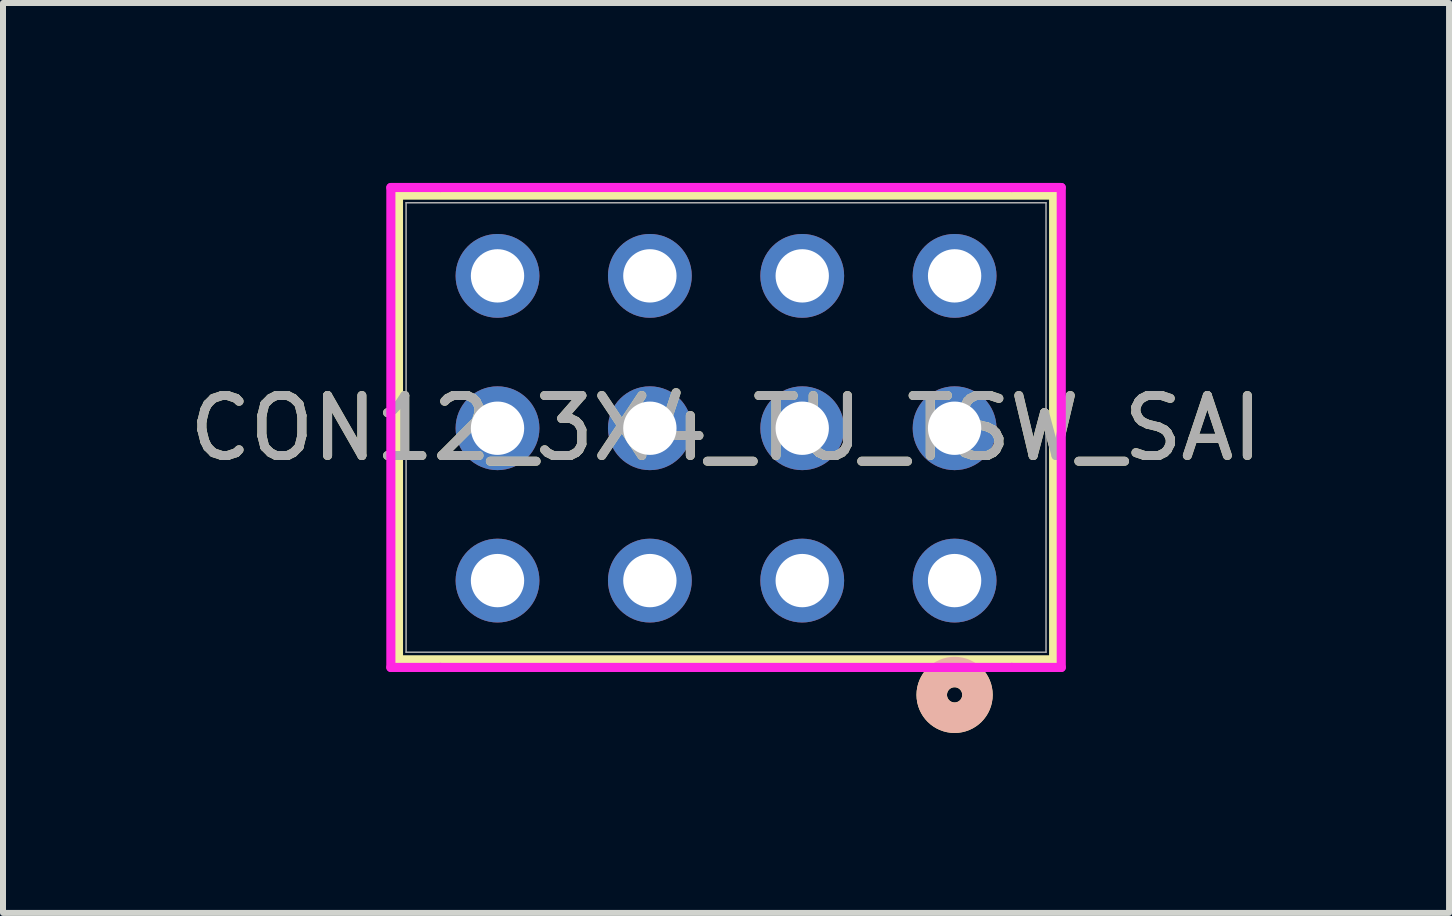
<source format=kicad_pcb>
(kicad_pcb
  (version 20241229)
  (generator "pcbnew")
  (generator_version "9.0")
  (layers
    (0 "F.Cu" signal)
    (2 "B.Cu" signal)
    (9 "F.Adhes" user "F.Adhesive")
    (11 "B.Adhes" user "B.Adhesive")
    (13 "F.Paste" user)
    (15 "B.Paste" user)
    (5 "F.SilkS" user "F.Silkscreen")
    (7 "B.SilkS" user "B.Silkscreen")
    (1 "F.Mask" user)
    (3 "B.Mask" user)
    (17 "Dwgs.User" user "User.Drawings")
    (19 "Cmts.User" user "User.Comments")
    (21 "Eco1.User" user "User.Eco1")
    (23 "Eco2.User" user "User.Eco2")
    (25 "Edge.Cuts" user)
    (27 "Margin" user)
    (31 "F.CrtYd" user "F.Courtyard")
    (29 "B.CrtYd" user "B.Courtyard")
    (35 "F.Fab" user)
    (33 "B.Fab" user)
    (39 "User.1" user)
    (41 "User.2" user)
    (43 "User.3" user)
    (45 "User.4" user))
  (footprint "CON12_3X4_TU_TSW_SAI"
    (layer "F.Cu")
    (at 9.054 4.089)
    (property "Reference" "CON12_3X4_TU_TSW_SAI" (at 0 0 0) (unlocked yes) (layer "F.SilkS") (effects (font (size 1 1) (thickness 0.15))))
    (attr through_hole)
    (fp_line (start -5.461 -3.886) (end -5.461 3.861) (stroke (width 0.152) (type solid)) (layer "F.SilkS"))
    (fp_line (start -5.461 3.861) (end 5.461 3.861) (stroke (width 0.152) (type solid)) (layer "F.SilkS"))
    (fp_line (start 5.461 -3.886) (end -5.461 -3.886) (stroke (width 0.152) (type solid)) (layer "F.SilkS"))
    (fp_line (start 5.461 3.861) (end 5.461 -3.886) (stroke (width 0.152) (type solid)) (layer "F.SilkS"))
    (fp_circle (center 3.81 4.445) (end 4.191 4.445) (stroke (width 0.508) (type solid)) (fill no) (layer "F.SilkS"))
    (fp_circle (center 3.81 4.445) (end 4.191 4.445) (stroke (width 0.508) (type solid)) (fill no) (layer "B.SilkS"))
    (fp_line (start -5.588 -4.013) (end -5.588 3.988) (stroke (width 0.152) (type solid)) (layer "F.CrtYd"))
    (fp_line (start -5.588 3.988) (end -4.763 3.988) (stroke (width 0.152) (type solid)) (layer "F.CrtYd"))
    (fp_line (start -4.763 -4.013) (end -5.588 -4.013) (stroke (width 0.152) (type solid)) (layer "F.CrtYd"))
    (fp_line (start -4.763 -4.013) (end -4.763 -4.013) (stroke (width 0.152) (type solid)) (layer "F.CrtYd"))
    (fp_line (start -4.763 3.988) (end -4.763 3.988) (stroke (width 0.152) (type solid)) (layer "F.CrtYd"))
    (fp_line (start -4.763 3.988) (end 4.763 3.988) (stroke (width 0.152) (type solid)) (layer "F.CrtYd"))
    (fp_line (start 4.763 -4.013) (end -4.763 -4.013) (stroke (width 0.152) (type solid)) (layer "F.CrtYd"))
    (fp_line (start 4.763 -4.013) (end 4.763 -4.013) (stroke (width 0.152) (type solid)) (layer "F.CrtYd"))
    (fp_line (start 4.763 3.988) (end 4.763 3.988) (stroke (width 0.152) (type solid)) (layer "F.CrtYd"))
    (fp_line (start 4.763 3.988) (end 5.588 3.988) (stroke (width 0.152) (type solid)) (layer "F.CrtYd"))
    (fp_line (start 5.588 -4.013) (end 4.763 -4.013) (stroke (width 0.152) (type solid)) (layer "F.CrtYd"))
    (fp_line (start 5.588 3.988) (end 5.588 -4.013) (stroke (width 0.152) (type solid)) (layer "F.CrtYd"))
    (fp_line (start -5.334 -3.759) (end -5.334 3.734) (stroke (width 0.025) (type solid)) (layer "F.Fab"))
    (fp_line (start -5.334 3.734) (end 5.334 3.734) (stroke (width 0.025) (type solid)) (layer "F.Fab"))
    (fp_line (start 5.334 -3.759) (end -5.334 -3.759) (stroke (width 0.025) (type solid)) (layer "F.Fab"))
    (fp_line (start 5.334 3.734) (end 5.334 -3.759) (stroke (width 0.025) (type solid)) (layer "F.Fab"))
    (fp_circle (center 3.81 2.54) (end 4.064 2.54) (stroke (width 0.025) (type solid)) (fill no) (layer "F.Fab"))
    (fp_text user "${REFERENCE}" (at 0 0 0) (unlocked yes) (layer "F.Fab") (effects (font (size 1 1) (thickness 0.15))))
    (pad "1" thru_hole circle (at 3.81 2.54 90) (size 1.397 1.397) (drill 0.889) (layers "*.Cu" "*.Mask"))
    (pad "2" thru_hole circle (at 3.81 0 90) (size 1.397 1.397) (drill 0.889) (layers "*.Cu" "*.Mask"))
    (pad "3" thru_hole circle (at 3.81 -2.54 90) (size 1.397 1.397) (drill 0.889) (layers "*.Cu" "*.Mask"))
    (pad "4" thru_hole circle (at 1.27 2.54 90) (size 1.397 1.397) (drill 0.889) (layers "*.Cu" "*.Mask"))
    (pad "5" thru_hole circle (at 1.27 0 90) (size 1.397 1.397) (drill 0.889) (layers "*.Cu" "*.Mask"))
    (pad "6" thru_hole circle (at 1.27 -2.54 90) (size 1.397 1.397) (drill 0.889) (layers "*.Cu" "*.Mask"))
    (pad "7" thru_hole circle (at -1.27 2.54 90) (size 1.397 1.397) (drill 0.889) (layers "*.Cu" "*.Mask"))
    (pad "8" thru_hole circle (at -1.27 0 90) (size 1.397 1.397) (drill 0.889) (layers "*.Cu" "*.Mask"))
    (pad "9" thru_hole circle (at -1.27 -2.54 90) (size 1.397 1.397) (drill 0.889) (layers "*.Cu" "*.Mask"))
    (pad "10" thru_hole circle (at -3.81 2.54 90) (size 1.397 1.397) (drill 0.889) (layers "*.Cu" "*.Mask"))
    (pad "11" thru_hole circle (at -3.81 0 90) (size 1.397 1.397) (drill 0.889) (layers "*.Cu" "*.Mask"))
    (pad "12" thru_hole circle (at -3.81 -2.54 90) (size 1.397 1.397) (drill 0.889) (layers "*.Cu" "*.Mask")))
  (gr_rect
    (start -3 -3)
    (end 21.107 12.169)
    (stroke (width 0.1) (type default))
    (fill no)
    (layer "Edge.Cuts")))
</source>
